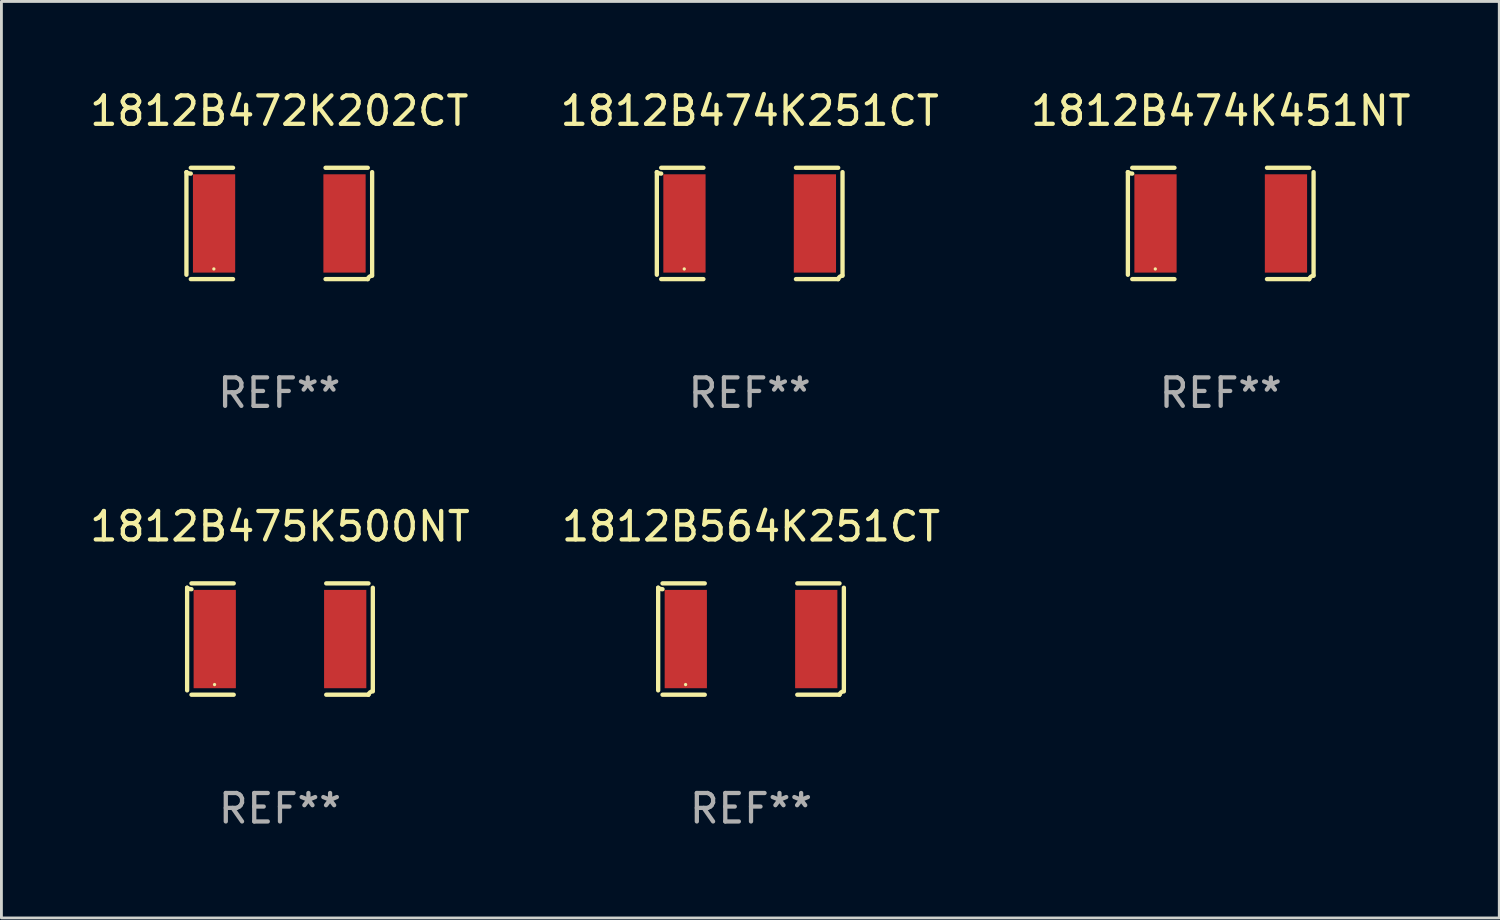
<source format=kicad_pcb>
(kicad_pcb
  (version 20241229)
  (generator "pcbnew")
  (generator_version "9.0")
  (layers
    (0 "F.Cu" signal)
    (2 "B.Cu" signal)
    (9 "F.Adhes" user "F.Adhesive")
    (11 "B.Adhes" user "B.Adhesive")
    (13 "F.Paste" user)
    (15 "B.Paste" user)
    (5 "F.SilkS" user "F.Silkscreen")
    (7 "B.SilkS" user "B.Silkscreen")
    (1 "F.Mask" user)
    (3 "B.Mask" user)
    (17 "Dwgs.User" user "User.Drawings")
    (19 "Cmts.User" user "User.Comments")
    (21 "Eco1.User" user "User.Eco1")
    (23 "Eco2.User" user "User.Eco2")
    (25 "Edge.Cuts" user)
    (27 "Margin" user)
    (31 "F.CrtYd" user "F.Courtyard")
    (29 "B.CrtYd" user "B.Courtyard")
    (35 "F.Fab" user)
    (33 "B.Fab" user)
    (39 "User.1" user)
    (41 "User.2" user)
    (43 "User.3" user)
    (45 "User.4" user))
  (footprint "1812B474K451NT"
    (layer "F.Cu")
    (at 39.863 4.805)
    (property "Reference" "1812B474K451NT" (at 0 -3.957 0) (layer "F.SilkS") (effects (font (size 1 1) (thickness 0.15))))
    (attr through_hole)
    (fp_line (start -3.264 1.804) (end -3.264 -1.804) (stroke (width 0.152) (type solid)) (layer "F.SilkS"))
    (fp_line (start -3.111 -1.957) (end -1.626 -1.957) (stroke (width 0.152) (type solid)) (layer "F.SilkS"))
    (fp_line (start -1.626 1.957) (end -3.111 1.957) (stroke (width 0.152) (type solid)) (layer "F.SilkS"))
    (fp_line (start 1.626 1.957) (end 3.111 1.957) (stroke (width 0.152) (type solid)) (layer "F.SilkS"))
    (fp_line (start 3.111 -1.957) (end 1.626 -1.957) (stroke (width 0.152) (type solid)) (layer "F.SilkS"))
    (fp_line (start 3.264 1.804) (end 3.264 -1.804) (stroke (width 0.152) (type solid)) (layer "F.SilkS"))
    (fp_arc (start -3.111202 -1.752192) (mid -3.191715 -1.76555) (end -3.263602 -1.804191) (stroke (width 0.1524) (type solid)) (layer "F.SilkS"))
    (fp_arc (start 3.111201 1.956591) (mid 3.167789 1.872777) (end 3.263602 1.840424) (stroke (width 0.1524) (type solid)) (layer "F.SilkS"))
    (fp_circle (center -2.3 1.6) (end -2.27 1.6) (stroke (width 0.06) (type solid)) (fill no) (layer "F.SilkS"))
    (fp_text user "REF**" (at 0 5.957 0) (layer "F.Fab") (effects (font (size 1 1) (thickness 0.15))))
    (pad "1" smd rect (at -2.293 0) (size 1.485 3.456) (layers "F.Cu" "F.Mask" "F.Paste"))
    (pad "2" smd rect (at 2.293 0) (size 1.485 3.456) (layers "F.Cu" "F.Mask" "F.Paste")))
  (footprint "1812B475K500NT"
    (layer "F.Cu")
    (at 6.792 19.415)
    (property "Reference" "1812B475K500NT" (at 0 -3.957 0) (layer "F.SilkS") (effects (font (size 1 1) (thickness 0.15))))
    (attr through_hole)
    (fp_line (start -3.264 1.804) (end -3.264 -1.804) (stroke (width 0.152) (type solid)) (layer "F.SilkS"))
    (fp_line (start -3.111 -1.957) (end -1.626 -1.957) (stroke (width 0.152) (type solid)) (layer "F.SilkS"))
    (fp_line (start -1.626 1.957) (end -3.111 1.957) (stroke (width 0.152) (type solid)) (layer "F.SilkS"))
    (fp_line (start 1.626 1.957) (end 3.111 1.957) (stroke (width 0.152) (type solid)) (layer "F.SilkS"))
    (fp_line (start 3.111 -1.957) (end 1.626 -1.957) (stroke (width 0.152) (type solid)) (layer "F.SilkS"))
    (fp_line (start 3.264 1.804) (end 3.264 -1.804) (stroke (width 0.152) (type solid)) (layer "F.SilkS"))
    (fp_arc (start -3.111202 -1.752192) (mid -3.191715 -1.76555) (end -3.263602 -1.804191) (stroke (width 0.1524) (type solid)) (layer "F.SilkS"))
    (fp_arc (start 3.111201 1.956591) (mid 3.167789 1.872777) (end 3.263602 1.840424) (stroke (width 0.1524) (type solid)) (layer "F.SilkS"))
    (fp_circle (center -2.3 1.6) (end -2.27 1.6) (stroke (width 0.06) (type solid)) (fill no) (layer "F.SilkS"))
    (fp_text user "REF**" (at 0 5.957 0) (layer "F.Fab") (effects (font (size 1 1) (thickness 0.15))))
    (pad "1" smd rect (at -2.293 0) (size 1.485 3.456) (layers "F.Cu" "F.Mask" "F.Paste"))
    (pad "2" smd rect (at 2.293 0) (size 1.485 3.456) (layers "F.Cu" "F.Mask" "F.Paste")))
  (footprint "1812B474K251CT"
    (layer "F.Cu")
    (at 23.304 4.805)
    (property "Reference" "1812B474K251CT" (at 0 -3.957 0) (layer "F.SilkS") (effects (font (size 1 1) (thickness 0.15))))
    (attr through_hole)
    (fp_line (start -3.264 1.804) (end -3.264 -1.804) (stroke (width 0.152) (type solid)) (layer "F.SilkS"))
    (fp_line (start -3.111 -1.957) (end -1.626 -1.957) (stroke (width 0.152) (type solid)) (layer "F.SilkS"))
    (fp_line (start -1.626 1.957) (end -3.111 1.957) (stroke (width 0.152) (type solid)) (layer "F.SilkS"))
    (fp_line (start 1.626 1.957) (end 3.111 1.957) (stroke (width 0.152) (type solid)) (layer "F.SilkS"))
    (fp_line (start 3.111 -1.957) (end 1.626 -1.957) (stroke (width 0.152) (type solid)) (layer "F.SilkS"))
    (fp_line (start 3.264 1.804) (end 3.264 -1.804) (stroke (width 0.152) (type solid)) (layer "F.SilkS"))
    (fp_arc (start -3.111202 -1.752192) (mid -3.191715 -1.76555) (end -3.263602 -1.804191) (stroke (width 0.1524) (type solid)) (layer "F.SilkS"))
    (fp_arc (start 3.111201 1.956591) (mid 3.167789 1.872777) (end 3.263602 1.840424) (stroke (width 0.1524) (type solid)) (layer "F.SilkS"))
    (fp_circle (center -2.3 1.6) (end -2.27 1.6) (stroke (width 0.06) (type solid)) (fill no) (layer "F.SilkS"))
    (fp_text user "REF**" (at 0 5.957 0) (layer "F.Fab") (effects (font (size 1 1) (thickness 0.15))))
    (pad "1" smd rect (at -2.293 0) (size 1.485 3.456) (layers "F.Cu" "F.Mask" "F.Paste"))
    (pad "2" smd rect (at 2.293 0) (size 1.485 3.456) (layers "F.Cu" "F.Mask" "F.Paste")))
  (footprint "1812B564K251CT"
    (layer "F.Cu")
    (at 23.351 19.415)
    (property "Reference" "1812B564K251CT" (at 0 -3.957 0) (layer "F.SilkS") (effects (font (size 1 1) (thickness 0.15))))
    (attr through_hole)
    (fp_line (start -3.264 1.804) (end -3.264 -1.804) (stroke (width 0.152) (type solid)) (layer "F.SilkS"))
    (fp_line (start -3.111 -1.957) (end -1.626 -1.957) (stroke (width 0.152) (type solid)) (layer "F.SilkS"))
    (fp_line (start -1.626 1.957) (end -3.111 1.957) (stroke (width 0.152) (type solid)) (layer "F.SilkS"))
    (fp_line (start 1.626 1.957) (end 3.111 1.957) (stroke (width 0.152) (type solid)) (layer "F.SilkS"))
    (fp_line (start 3.111 -1.957) (end 1.626 -1.957) (stroke (width 0.152) (type solid)) (layer "F.SilkS"))
    (fp_line (start 3.264 1.804) (end 3.264 -1.804) (stroke (width 0.152) (type solid)) (layer "F.SilkS"))
    (fp_arc (start -3.111202 -1.752192) (mid -3.191715 -1.76555) (end -3.263602 -1.804191) (stroke (width 0.1524) (type solid)) (layer "F.SilkS"))
    (fp_arc (start 3.111201 1.956591) (mid 3.167789 1.872777) (end 3.263602 1.840424) (stroke (width 0.1524) (type solid)) (layer "F.SilkS"))
    (fp_circle (center -2.3 1.6) (end -2.27 1.6) (stroke (width 0.06) (type solid)) (fill no) (layer "F.SilkS"))
    (fp_text user "REF**" (at 0 5.957 0) (layer "F.Fab") (effects (font (size 1 1) (thickness 0.15))))
    (pad "1" smd rect (at -2.293 0) (size 1.485 3.456) (layers "F.Cu" "F.Mask" "F.Paste"))
    (pad "2" smd rect (at 2.293 0) (size 1.485 3.456) (layers "F.Cu" "F.Mask" "F.Paste")))
  (footprint "1812B472K202CT"
    (layer "F.Cu")
    (at 6.768 4.805)
    (property "Reference" "1812B472K202CT" (at 0 -3.957 0) (layer "F.SilkS") (effects (font (size 1 1) (thickness 0.15))))
    (attr through_hole)
    (fp_line (start -3.264 1.804) (end -3.264 -1.804) (stroke (width 0.152) (type solid)) (layer "F.SilkS"))
    (fp_line (start -3.111 -1.957) (end -1.626 -1.957) (stroke (width 0.152) (type solid)) (layer "F.SilkS"))
    (fp_line (start -1.626 1.957) (end -3.111 1.957) (stroke (width 0.152) (type solid)) (layer "F.SilkS"))
    (fp_line (start 1.626 1.957) (end 3.111 1.957) (stroke (width 0.152) (type solid)) (layer "F.SilkS"))
    (fp_line (start 3.111 -1.957) (end 1.626 -1.957) (stroke (width 0.152) (type solid)) (layer "F.SilkS"))
    (fp_line (start 3.264 1.804) (end 3.264 -1.804) (stroke (width 0.152) (type solid)) (layer "F.SilkS"))
    (fp_arc (start -3.111202 -1.752192) (mid -3.191715 -1.76555) (end -3.263602 -1.804191) (stroke (width 0.1524) (type solid)) (layer "F.SilkS"))
    (fp_arc (start 3.111201 1.956591) (mid 3.167789 1.872777) (end 3.263602 1.840424) (stroke (width 0.1524) (type solid)) (layer "F.SilkS"))
    (fp_circle (center -2.3 1.6) (end -2.27 1.6) (stroke (width 0.06) (type solid)) (fill no) (layer "F.SilkS"))
    (fp_text user "REF**" (at 0 5.957 0) (layer "F.Fab") (effects (font (size 1 1) (thickness 0.15))))
    (pad "1" smd rect (at -2.293 0) (size 1.485 3.456) (layers "F.Cu" "F.Mask" "F.Paste"))
    (pad "2" smd rect (at 2.293 0) (size 1.485 3.456) (layers "F.Cu" "F.Mask" "F.Paste")))
  (gr_rect
    (start -3 -3)
    (end 49.655 29.219)
    (stroke (width 0.1) (type default))
    (fill no)
    (layer "Edge.Cuts")))
</source>
